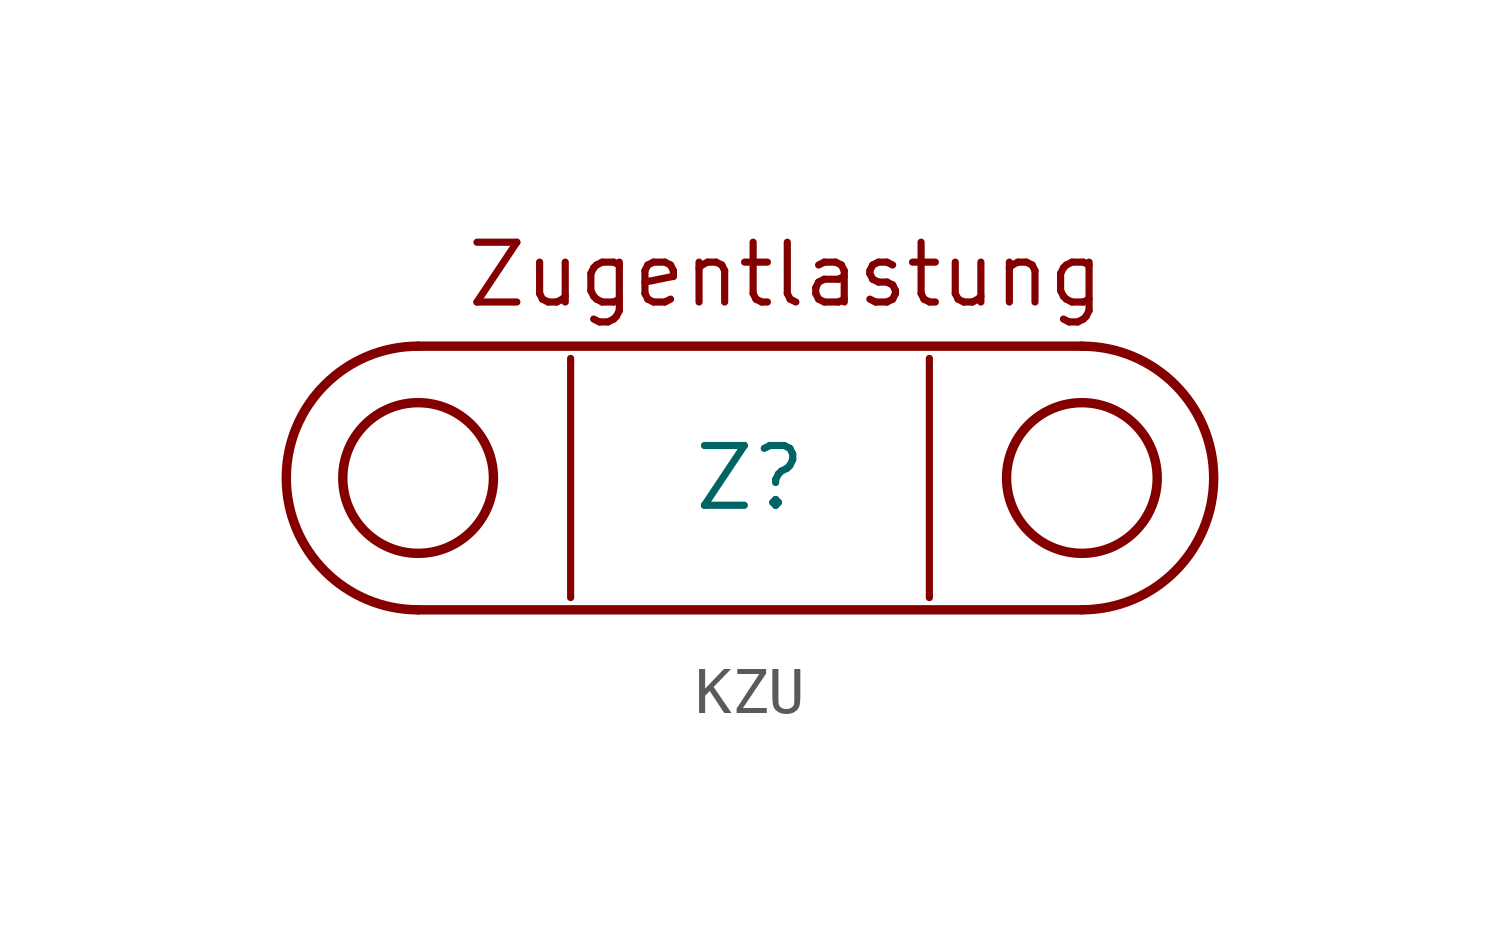
<source format=kicad_sym>
(kicad_symbol_lib
  (version 20241209)
  (generator "kicad_symbol_editor")
  (generator_version "9.0")
  (symbol "KZU"
    (pin_numbers
      (hide yes))
    (pin_names
      (offset 0)
      (hide yes))
    (property "Reference" "Z"
      (at 0 0 0)
      (effects (font (size 1.27 1.27))))
    (property "Value" ""
      (at 0 0 0)
      (effects (font (size 1.27 1.27))))
    (symbol "KZU_0_1"
      (polyline (pts (xy -3.81 2.54) (xy -3.81 -2.54)) (stroke (width 0) (type default)) (fill (type none)))
      (polyline (pts (xy 3.81 2.54) (xy 3.81 -2.54)) (stroke (width 0) (type default)) (fill (type none))))
    (symbol "KZU_1_0"
      (polyline (pts (xy -7.05 2.8) (xy 7.05 2.8)) (stroke (width 0.2) (type default)) (fill (type none)))
      (circle (center -7.05 0) (radius 1.6) (stroke (width 0.2) (type default)) (fill (type none)))
      (arc (start -7.05 -2.8) (mid -9.85 0) (end -7.05 2.8) (stroke (width 0.2) (type default)) (fill (type none)))
      (polyline (pts (xy -7.05 -2.8) (xy 7.05 -2.8)) (stroke (width 0.2) (type default)) (fill (type none)))
      (arc (start 7.05 2.8) (mid 9.85 0) (end 7.05 -2.8) (stroke (width 0.2) (type default)) (fill (type none)))
      (circle (center 7.05 0) (radius 1.6) (stroke (width 0.2) (type default)) (fill (type none))))
    (symbol "KZU_1_1"
      (text "Zugentlastung" (at 0.762 4.318 0) (effects (font (size 1.27 1.27)))))))
</source>
